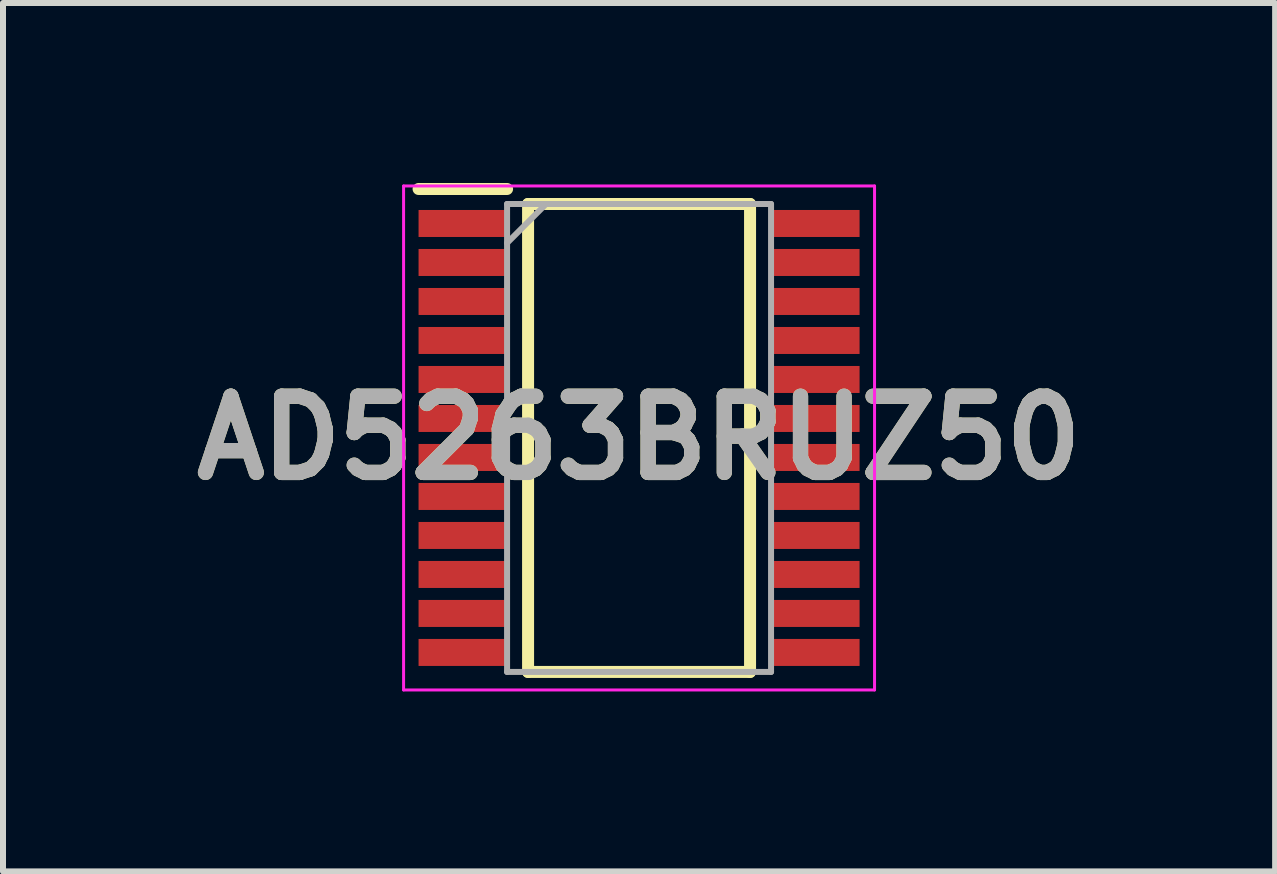
<source format=kicad_pcb>
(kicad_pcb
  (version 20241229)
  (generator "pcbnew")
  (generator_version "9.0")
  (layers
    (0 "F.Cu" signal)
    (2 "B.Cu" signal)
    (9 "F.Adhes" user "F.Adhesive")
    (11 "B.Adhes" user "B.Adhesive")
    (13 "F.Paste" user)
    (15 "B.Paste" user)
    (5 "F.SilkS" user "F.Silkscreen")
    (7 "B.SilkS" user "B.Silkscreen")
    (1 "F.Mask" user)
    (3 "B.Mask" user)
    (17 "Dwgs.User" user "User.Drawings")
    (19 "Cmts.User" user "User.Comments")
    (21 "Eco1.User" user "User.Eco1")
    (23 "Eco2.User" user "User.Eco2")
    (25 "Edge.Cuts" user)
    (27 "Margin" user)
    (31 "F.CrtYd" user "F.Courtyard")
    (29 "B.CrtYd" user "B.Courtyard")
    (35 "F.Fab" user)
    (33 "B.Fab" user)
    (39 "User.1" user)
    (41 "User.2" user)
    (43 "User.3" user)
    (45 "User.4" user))
  (footprint "AD5263BRUZ50"
    (layer "F.Cu")
    (at 7.602 4.25)
    (property "Reference" "AD5263BRUZ50" (at 0 0 0) (layer "F.SilkS") (effects (font (size 1.27 1.27) (thickness 0.254))))
    (attr smd)
    (fp_line (start -3.675 -4.15) (end -2.2 -4.15) (stroke (width 0.2) (type solid)) (layer "F.SilkS"))
    (fp_line (start -1.85 -3.9) (end 1.85 -3.9) (stroke (width 0.2) (type solid)) (layer "F.SilkS"))
    (fp_line (start -1.85 3.9) (end -1.85 -3.9) (stroke (width 0.2) (type solid)) (layer "F.SilkS"))
    (fp_line (start 1.85 -3.9) (end 1.85 3.9) (stroke (width 0.2) (type solid)) (layer "F.SilkS"))
    (fp_line (start 1.85 3.9) (end -1.85 3.9) (stroke (width 0.2) (type solid)) (layer "F.SilkS"))
    (fp_line (start -3.925 -4.2) (end 3.925 -4.2) (stroke (width 0.05) (type solid)) (layer "F.CrtYd"))
    (fp_line (start -3.925 4.2) (end -3.925 -4.2) (stroke (width 0.05) (type solid)) (layer "F.CrtYd"))
    (fp_line (start 3.925 -4.2) (end 3.925 4.2) (stroke (width 0.05) (type solid)) (layer "F.CrtYd"))
    (fp_line (start 3.925 4.2) (end -3.925 4.2) (stroke (width 0.05) (type solid)) (layer "F.CrtYd"))
    (fp_line (start -2.2 -3.9) (end 2.2 -3.9) (stroke (width 0.1) (type solid)) (layer "F.Fab"))
    (fp_line (start -2.2 -3.25) (end -1.55 -3.9) (stroke (width 0.1) (type solid)) (layer "F.Fab"))
    (fp_line (start -2.2 3.9) (end -2.2 -3.9) (stroke (width 0.1) (type solid)) (layer "F.Fab"))
    (fp_line (start 2.2 -3.9) (end 2.2 3.9) (stroke (width 0.1) (type solid)) (layer "F.Fab"))
    (fp_line (start 2.2 3.9) (end -2.2 3.9) (stroke (width 0.1) (type solid)) (layer "F.Fab"))
    (fp_text user "${REFERENCE}" (at 0 0 0) (layer "F.Fab") (effects (font (size 1.27 1.27) (thickness 0.254))))
    (pad "1" smd rect (at -2.938 -3.575 90) (size 0.45 1.475) (layers "F.Cu" "F.Mask" "F.Paste"))
    (pad "2" smd rect (at -2.938 -2.925 90) (size 0.45 1.475) (layers "F.Cu" "F.Mask" "F.Paste"))
    (pad "3" smd rect (at -2.938 -2.275 90) (size 0.45 1.475) (layers "F.Cu" "F.Mask" "F.Paste"))
    (pad "4" smd rect (at -2.938 -1.625 90) (size 0.45 1.475) (layers "F.Cu" "F.Mask" "F.Paste"))
    (pad "5" smd rect (at -2.938 -0.975 90) (size 0.45 1.475) (layers "F.Cu" "F.Mask" "F.Paste"))
    (pad "6" smd rect (at -2.938 -0.325 90) (size 0.45 1.475) (layers "F.Cu" "F.Mask" "F.Paste"))
    (pad "7" smd rect (at -2.938 0.325 90) (size 0.45 1.475) (layers "F.Cu" "F.Mask" "F.Paste"))
    (pad "8" smd rect (at -2.938 0.975 90) (size 0.45 1.475) (layers "F.Cu" "F.Mask" "F.Paste"))
    (pad "9" smd rect (at -2.938 1.625 90) (size 0.45 1.475) (layers "F.Cu" "F.Mask" "F.Paste"))
    (pad "10" smd rect (at -2.938 2.275 90) (size 0.45 1.475) (layers "F.Cu" "F.Mask" "F.Paste"))
    (pad "11" smd rect (at -2.938 2.925 90) (size 0.45 1.475) (layers "F.Cu" "F.Mask" "F.Paste"))
    (pad "12" smd rect (at -2.938 3.575 90) (size 0.45 1.475) (layers "F.Cu" "F.Mask" "F.Paste"))
    (pad "13" smd rect (at 2.938 3.575 90) (size 0.45 1.475) (layers "F.Cu" "F.Mask" "F.Paste"))
    (pad "14" smd rect (at 2.938 2.925 90) (size 0.45 1.475) (layers "F.Cu" "F.Mask" "F.Paste"))
    (pad "15" smd rect (at 2.938 2.275 90) (size 0.45 1.475) (layers "F.Cu" "F.Mask" "F.Paste"))
    (pad "16" smd rect (at 2.938 1.625 90) (size 0.45 1.475) (layers "F.Cu" "F.Mask" "F.Paste"))
    (pad "17" smd rect (at 2.938 0.975 90) (size 0.45 1.475) (layers "F.Cu" "F.Mask" "F.Paste"))
    (pad "18" smd rect (at 2.938 0.325 90) (size 0.45 1.475) (layers "F.Cu" "F.Mask" "F.Paste"))
    (pad "19" smd rect (at 2.938 -0.325 90) (size 0.45 1.475) (layers "F.Cu" "F.Mask" "F.Paste"))
    (pad "20" smd rect (at 2.938 -0.975 90) (size 0.45 1.475) (layers "F.Cu" "F.Mask" "F.Paste"))
    (pad "21" smd rect (at 2.938 -1.625 90) (size 0.45 1.475) (layers "F.Cu" "F.Mask" "F.Paste"))
    (pad "22" smd rect (at 2.938 -2.275 90) (size 0.45 1.475) (layers "F.Cu" "F.Mask" "F.Paste"))
    (pad "23" smd rect (at 2.938 -2.925 90) (size 0.45 1.475) (layers "F.Cu" "F.Mask" "F.Paste"))
    (pad "24" smd rect (at 2.938 -3.575 90) (size 0.45 1.475) (layers "F.Cu" "F.Mask" "F.Paste")))
  (gr_rect
    (start -3 -3)
    (end 18.204 11.475)
    (stroke (width 0.1) (type default))
    (fill no)
    (layer "Edge.Cuts")))
</source>
